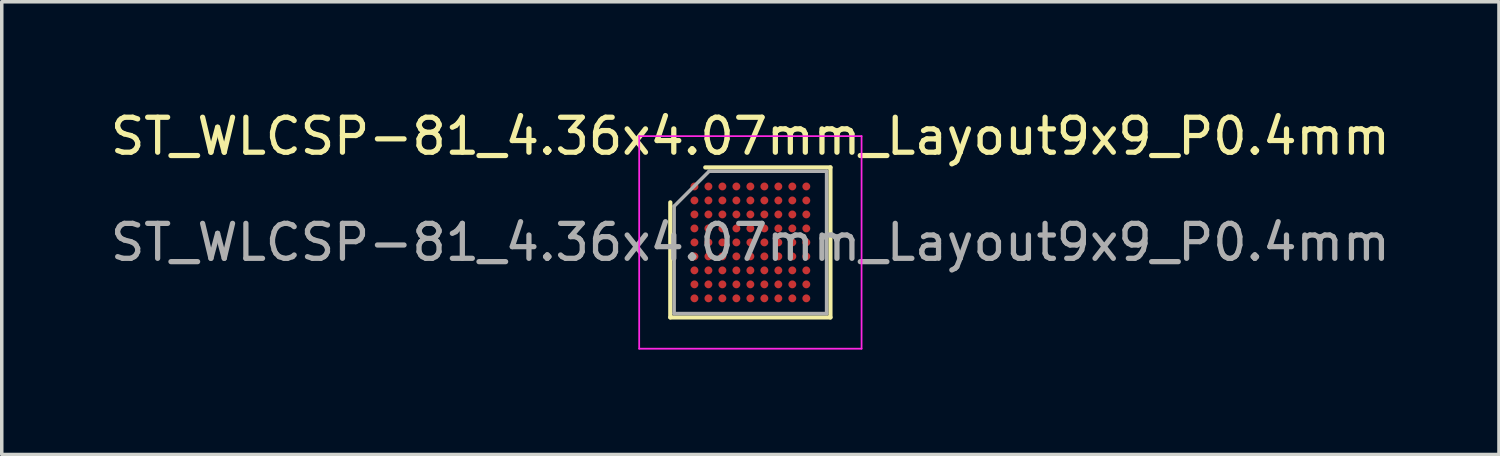
<source format=kicad_pcb>
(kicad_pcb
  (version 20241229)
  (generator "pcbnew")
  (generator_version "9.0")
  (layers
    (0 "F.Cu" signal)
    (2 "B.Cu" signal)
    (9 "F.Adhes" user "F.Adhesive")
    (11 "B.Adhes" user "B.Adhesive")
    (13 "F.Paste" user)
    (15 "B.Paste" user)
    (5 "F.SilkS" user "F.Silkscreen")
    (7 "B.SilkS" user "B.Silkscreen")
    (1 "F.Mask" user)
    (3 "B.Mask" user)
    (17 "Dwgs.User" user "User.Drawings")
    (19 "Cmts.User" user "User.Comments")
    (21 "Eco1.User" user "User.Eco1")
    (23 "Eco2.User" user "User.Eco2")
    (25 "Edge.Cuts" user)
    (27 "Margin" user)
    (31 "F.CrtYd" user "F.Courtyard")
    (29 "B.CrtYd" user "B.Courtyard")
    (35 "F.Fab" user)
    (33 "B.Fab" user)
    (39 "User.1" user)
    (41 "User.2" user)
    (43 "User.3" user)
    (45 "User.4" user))
  (footprint "ST_WLCSP-81_4.36x4.07mm_Layout9x9_P0.4mm"
    (layer "F.Cu")
    (at 18.411 3.883)
    (property "Reference" "ST_WLCSP-81_4.36x4.07mm_Layout9x9_P0.4mm" (at 0 -3.035 0) (layer "F.SilkS") (effects (font (size 1 1) (thickness 0.15))))
    (attr smd)
    (fp_line (start -2.29 2.145) (end -2.29 -1.145) (stroke (width 0.12) (type solid)) (layer "F.SilkS"))
    (fp_line (start -1.29 -2.145) (end 2.29 -2.145) (stroke (width 0.12) (type solid)) (layer "F.SilkS"))
    (fp_line (start 2.29 -2.145) (end 2.29 2.145) (stroke (width 0.12) (type solid)) (layer "F.SilkS"))
    (fp_line (start 2.29 2.145) (end -2.29 2.145) (stroke (width 0.12) (type solid)) (layer "F.SilkS"))
    (fp_line (start -3.18 -3.04) (end -3.18 3.04) (stroke (width 0.05) (type solid)) (layer "F.CrtYd"))
    (fp_line (start -3.18 3.04) (end 3.18 3.04) (stroke (width 0.05) (type solid)) (layer "F.CrtYd"))
    (fp_line (start 3.18 -3.04) (end -3.18 -3.04) (stroke (width 0.05) (type solid)) (layer "F.CrtYd"))
    (fp_line (start 3.18 3.04) (end 3.18 -3.04) (stroke (width 0.05) (type solid)) (layer "F.CrtYd"))
    (fp_line (start -2.18 -1.035) (end -1.18 -2.035) (stroke (width 0.1) (type solid)) (layer "F.Fab"))
    (fp_line (start -2.18 2.035) (end -2.18 -1.035) (stroke (width 0.1) (type solid)) (layer "F.Fab"))
    (fp_line (start -1.18 -2.035) (end 2.18 -2.035) (stroke (width 0.1) (type solid)) (layer "F.Fab"))
    (fp_line (start 2.18 -2.035) (end 2.18 2.035) (stroke (width 0.1) (type solid)) (layer "F.Fab"))
    (fp_line (start 2.18 2.035) (end -2.18 2.035) (stroke (width 0.1) (type solid)) (layer "F.Fab"))
    (fp_text user "${REFERENCE}" (at 0 0 0) (layer "F.Fab") (effects (font (size 1 1) (thickness 0.15))))
    (pad "A1" smd circle (at -1.6 -1.6) (size 0.225 0.225) (layers "F.Cu" "F.Mask" "F.Paste"))
    (pad "A2" smd circle (at -1.2 -1.6) (size 0.225 0.225) (layers "F.Cu" "F.Mask" "F.Paste"))
    (pad "A3" smd circle (at -0.8 -1.6) (size 0.225 0.225) (layers "F.Cu" "F.Mask" "F.Paste"))
    (pad "A4" smd circle (at -0.4 -1.6) (size 0.225 0.225) (layers "F.Cu" "F.Mask" "F.Paste"))
    (pad "A5" smd circle (at 0 -1.6) (size 0.225 0.225) (layers "F.Cu" "F.Mask" "F.Paste"))
    (pad "A6" smd circle (at 0.4 -1.6) (size 0.225 0.225) (layers "F.Cu" "F.Mask" "F.Paste"))
    (pad "A7" smd circle (at 0.8 -1.6) (size 0.225 0.225) (layers "F.Cu" "F.Mask" "F.Paste"))
    (pad "A8" smd circle (at 1.2 -1.6) (size 0.225 0.225) (layers "F.Cu" "F.Mask" "F.Paste"))
    (pad "A9" smd circle (at 1.6 -1.6) (size 0.225 0.225) (layers "F.Cu" "F.Mask" "F.Paste"))
    (pad "B1" smd circle (at -1.6 -1.2) (size 0.225 0.225) (layers "F.Cu" "F.Mask" "F.Paste"))
    (pad "B2" smd circle (at -1.2 -1.2) (size 0.225 0.225) (layers "F.Cu" "F.Mask" "F.Paste"))
    (pad "B3" smd circle (at -0.8 -1.2) (size 0.225 0.225) (layers "F.Cu" "F.Mask" "F.Paste"))
    (pad "B4" smd circle (at -0.4 -1.2) (size 0.225 0.225) (layers "F.Cu" "F.Mask" "F.Paste"))
    (pad "B5" smd circle (at 0 -1.2) (size 0.225 0.225) (layers "F.Cu" "F.Mask" "F.Paste"))
    (pad "B6" smd circle (at 0.4 -1.2) (size 0.225 0.225) (layers "F.Cu" "F.Mask" "F.Paste"))
    (pad "B7" smd circle (at 0.8 -1.2) (size 0.225 0.225) (layers "F.Cu" "F.Mask" "F.Paste"))
    (pad "B8" smd circle (at 1.2 -1.2) (size 0.225 0.225) (layers "F.Cu" "F.Mask" "F.Paste"))
    (pad "B9" smd circle (at 1.6 -1.2) (size 0.225 0.225) (layers "F.Cu" "F.Mask" "F.Paste"))
    (pad "C1" smd circle (at -1.6 -0.8) (size 0.225 0.225) (layers "F.Cu" "F.Mask" "F.Paste"))
    (pad "C2" smd circle (at -1.2 -0.8) (size 0.225 0.225) (layers "F.Cu" "F.Mask" "F.Paste"))
    (pad "C3" smd circle (at -0.8 -0.8) (size 0.225 0.225) (layers "F.Cu" "F.Mask" "F.Paste"))
    (pad "C4" smd circle (at -0.4 -0.8) (size 0.225 0.225) (layers "F.Cu" "F.Mask" "F.Paste"))
    (pad "C5" smd circle (at 0 -0.8) (size 0.225 0.225) (layers "F.Cu" "F.Mask" "F.Paste"))
    (pad "C6" smd circle (at 0.4 -0.8) (size 0.225 0.225) (layers "F.Cu" "F.Mask" "F.Paste"))
    (pad "C7" smd circle (at 0.8 -0.8) (size 0.225 0.225) (layers "F.Cu" "F.Mask" "F.Paste"))
    (pad "C8" smd circle (at 1.2 -0.8) (size 0.225 0.225) (layers "F.Cu" "F.Mask" "F.Paste"))
    (pad "C9" smd circle (at 1.6 -0.8) (size 0.225 0.225) (layers "F.Cu" "F.Mask" "F.Paste"))
    (pad "D1" smd circle (at -1.6 -0.4) (size 0.225 0.225) (layers "F.Cu" "F.Mask" "F.Paste"))
    (pad "D2" smd circle (at -1.2 -0.4) (size 0.225 0.225) (layers "F.Cu" "F.Mask" "F.Paste"))
    (pad "D3" smd circle (at -0.8 -0.4) (size 0.225 0.225) (layers "F.Cu" "F.Mask" "F.Paste"))
    (pad "D4" smd circle (at -0.4 -0.4) (size 0.225 0.225) (layers "F.Cu" "F.Mask" "F.Paste"))
    (pad "D5" smd circle (at 0 -0.4) (size 0.225 0.225) (layers "F.Cu" "F.Mask" "F.Paste"))
    (pad "D6" smd circle (at 0.4 -0.4) (size 0.225 0.225) (layers "F.Cu" "F.Mask" "F.Paste"))
    (pad "D7" smd circle (at 0.8 -0.4) (size 0.225 0.225) (layers "F.Cu" "F.Mask" "F.Paste"))
    (pad "D8" smd circle (at 1.2 -0.4) (size 0.225 0.225) (layers "F.Cu" "F.Mask" "F.Paste"))
    (pad "D9" smd circle (at 1.6 -0.4) (size 0.225 0.225) (layers "F.Cu" "F.Mask" "F.Paste"))
    (pad "E1" smd circle (at -1.6 0) (size 0.225 0.225) (layers "F.Cu" "F.Mask" "F.Paste"))
    (pad "E2" smd circle (at -1.2 0) (size 0.225 0.225) (layers "F.Cu" "F.Mask" "F.Paste"))
    (pad "E3" smd circle (at -0.8 0) (size 0.225 0.225) (layers "F.Cu" "F.Mask" "F.Paste"))
    (pad "E4" smd circle (at -0.4 0) (size 0.225 0.225) (layers "F.Cu" "F.Mask" "F.Paste"))
    (pad "E5" smd circle (at 0 0) (size 0.225 0.225) (layers "F.Cu" "F.Mask" "F.Paste"))
    (pad "E6" smd circle (at 0.4 0) (size 0.225 0.225) (layers "F.Cu" "F.Mask" "F.Paste"))
    (pad "E7" smd circle (at 0.8 0) (size 0.225 0.225) (layers "F.Cu" "F.Mask" "F.Paste"))
    (pad "E8" smd circle (at 1.2 0) (size 0.225 0.225) (layers "F.Cu" "F.Mask" "F.Paste"))
    (pad "E9" smd circle (at 1.6 0) (size 0.225 0.225) (layers "F.Cu" "F.Mask" "F.Paste"))
    (pad "F1" smd circle (at -1.6 0.4) (size 0.225 0.225) (layers "F.Cu" "F.Mask" "F.Paste"))
    (pad "F2" smd circle (at -1.2 0.4) (size 0.225 0.225) (layers "F.Cu" "F.Mask" "F.Paste"))
    (pad "F3" smd circle (at -0.8 0.4) (size 0.225 0.225) (layers "F.Cu" "F.Mask" "F.Paste"))
    (pad "F4" smd circle (at -0.4 0.4) (size 0.225 0.225) (layers "F.Cu" "F.Mask" "F.Paste"))
    (pad "F5" smd circle (at 0 0.4) (size 0.225 0.225) (layers "F.Cu" "F.Mask" "F.Paste"))
    (pad "F6" smd circle (at 0.4 0.4) (size 0.225 0.225) (layers "F.Cu" "F.Mask" "F.Paste"))
    (pad "F7" smd circle (at 0.8 0.4) (size 0.225 0.225) (layers "F.Cu" "F.Mask" "F.Paste"))
    (pad "F8" smd circle (at 1.2 0.4) (size 0.225 0.225) (layers "F.Cu" "F.Mask" "F.Paste"))
    (pad "F9" smd circle (at 1.6 0.4) (size 0.225 0.225) (layers "F.Cu" "F.Mask" "F.Paste"))
    (pad "G1" smd circle (at -1.6 0.8) (size 0.225 0.225) (layers "F.Cu" "F.Mask" "F.Paste"))
    (pad "G2" smd circle (at -1.2 0.8) (size 0.225 0.225) (layers "F.Cu" "F.Mask" "F.Paste"))
    (pad "G3" smd circle (at -0.8 0.8) (size 0.225 0.225) (layers "F.Cu" "F.Mask" "F.Paste"))
    (pad "G4" smd circle (at -0.4 0.8) (size 0.225 0.225) (layers "F.Cu" "F.Mask" "F.Paste"))
    (pad "G5" smd circle (at 0 0.8) (size 0.225 0.225) (layers "F.Cu" "F.Mask" "F.Paste"))
    (pad "G6" smd circle (at 0.4 0.8) (size 0.225 0.225) (layers "F.Cu" "F.Mask" "F.Paste"))
    (pad "G7" smd circle (at 0.8 0.8) (size 0.225 0.225) (layers "F.Cu" "F.Mask" "F.Paste"))
    (pad "G8" smd circle (at 1.2 0.8) (size 0.225 0.225) (layers "F.Cu" "F.Mask" "F.Paste"))
    (pad "G9" smd circle (at 1.6 0.8) (size 0.225 0.225) (layers "F.Cu" "F.Mask" "F.Paste"))
    (pad "H1" smd circle (at -1.6 1.2) (size 0.225 0.225) (layers "F.Cu" "F.Mask" "F.Paste"))
    (pad "H2" smd circle (at -1.2 1.2) (size 0.225 0.225) (layers "F.Cu" "F.Mask" "F.Paste"))
    (pad "H3" smd circle (at -0.8 1.2) (size 0.225 0.225) (layers "F.Cu" "F.Mask" "F.Paste"))
    (pad "H4" smd circle (at -0.4 1.2) (size 0.225 0.225) (layers "F.Cu" "F.Mask" "F.Paste"))
    (pad "H5" smd circle (at 0 1.2) (size 0.225 0.225) (layers "F.Cu" "F.Mask" "F.Paste"))
    (pad "H6" smd circle (at 0.4 1.2) (size 0.225 0.225) (layers "F.Cu" "F.Mask" "F.Paste"))
    (pad "H7" smd circle (at 0.8 1.2) (size 0.225 0.225) (layers "F.Cu" "F.Mask" "F.Paste"))
    (pad "H8" smd circle (at 1.2 1.2) (size 0.225 0.225) (layers "F.Cu" "F.Mask" "F.Paste"))
    (pad "H9" smd circle (at 1.6 1.2) (size 0.225 0.225) (layers "F.Cu" "F.Mask" "F.Paste"))
    (pad "J1" smd circle (at -1.6 1.6) (size 0.225 0.225) (layers "F.Cu" "F.Mask" "F.Paste"))
    (pad "J2" smd circle (at -1.2 1.6) (size 0.225 0.225) (layers "F.Cu" "F.Mask" "F.Paste"))
    (pad "J3" smd circle (at -0.8 1.6) (size 0.225 0.225) (layers "F.Cu" "F.Mask" "F.Paste"))
    (pad "J4" smd circle (at -0.4 1.6) (size 0.225 0.225) (layers "F.Cu" "F.Mask" "F.Paste"))
    (pad "J5" smd circle (at 0 1.6) (size 0.225 0.225) (layers "F.Cu" "F.Mask" "F.Paste"))
    (pad "J6" smd circle (at 0.4 1.6) (size 0.225 0.225) (layers "F.Cu" "F.Mask" "F.Paste"))
    (pad "J7" smd circle (at 0.8 1.6) (size 0.225 0.225) (layers "F.Cu" "F.Mask" "F.Paste"))
    (pad "J8" smd circle (at 1.2 1.6) (size 0.225 0.225) (layers "F.Cu" "F.Mask" "F.Paste"))
    (pad "J9" smd circle (at 1.6 1.6) (size 0.225 0.225) (layers "F.Cu" "F.Mask" "F.Paste")))
  (gr_rect
    (start -3 -3)
    (end 39.821 9.948)
    (stroke (width 0.1) (type default))
    (fill no)
    (layer "Edge.Cuts")))
</source>
